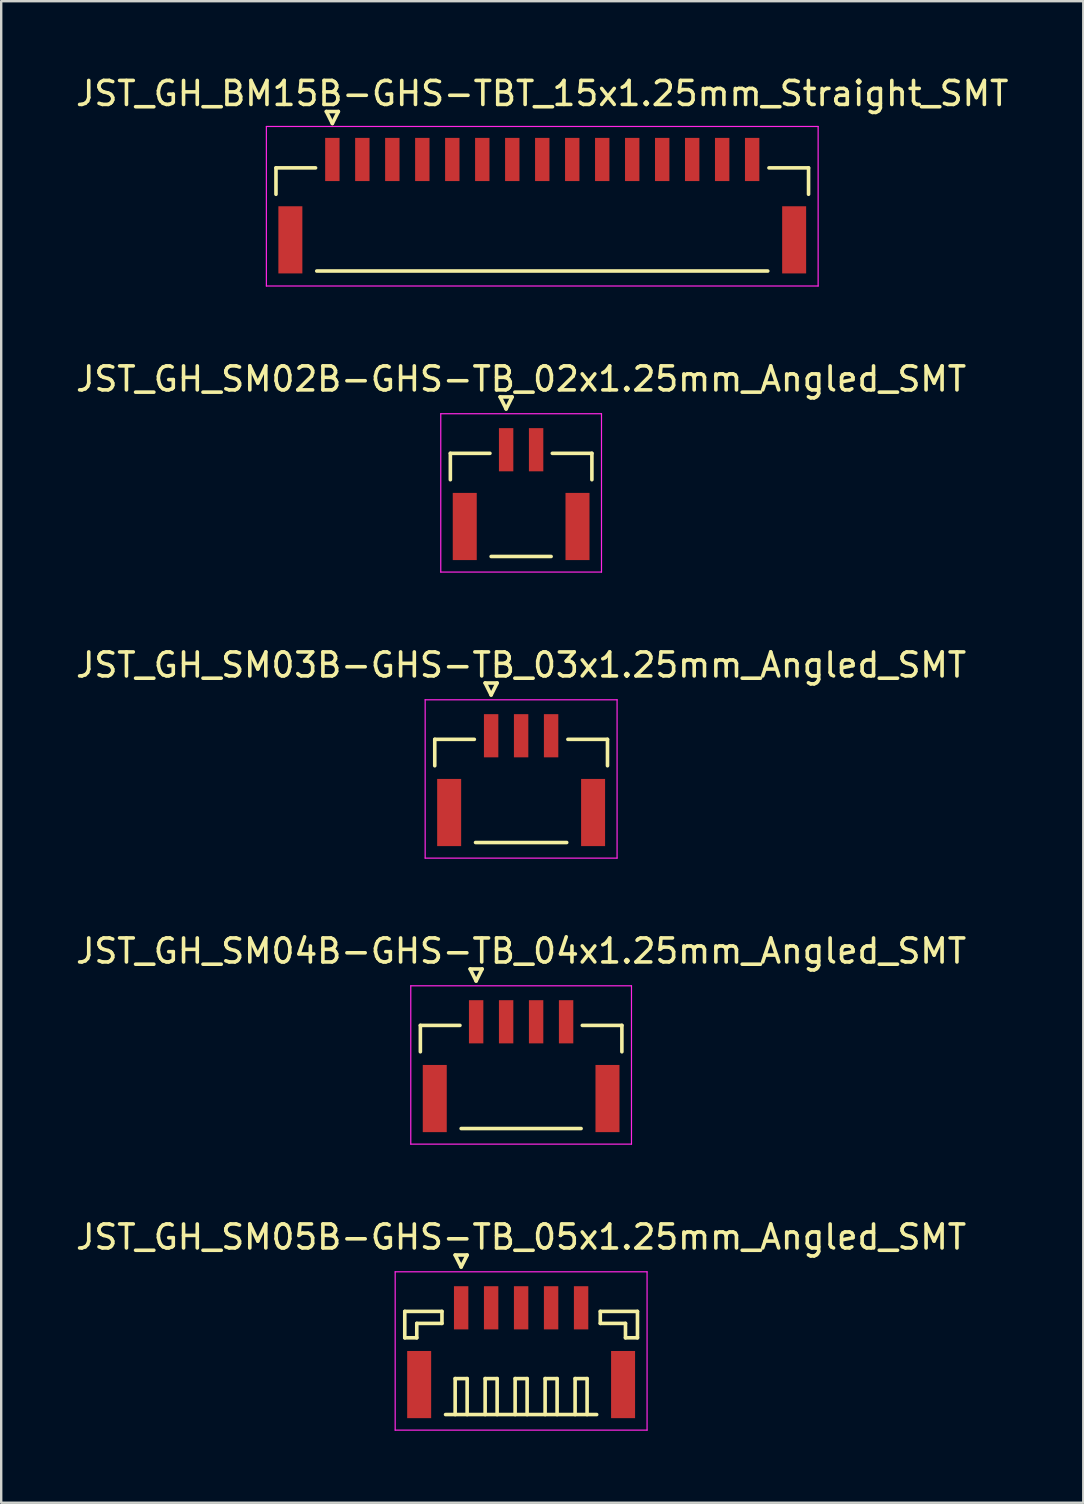
<source format=kicad_pcb>
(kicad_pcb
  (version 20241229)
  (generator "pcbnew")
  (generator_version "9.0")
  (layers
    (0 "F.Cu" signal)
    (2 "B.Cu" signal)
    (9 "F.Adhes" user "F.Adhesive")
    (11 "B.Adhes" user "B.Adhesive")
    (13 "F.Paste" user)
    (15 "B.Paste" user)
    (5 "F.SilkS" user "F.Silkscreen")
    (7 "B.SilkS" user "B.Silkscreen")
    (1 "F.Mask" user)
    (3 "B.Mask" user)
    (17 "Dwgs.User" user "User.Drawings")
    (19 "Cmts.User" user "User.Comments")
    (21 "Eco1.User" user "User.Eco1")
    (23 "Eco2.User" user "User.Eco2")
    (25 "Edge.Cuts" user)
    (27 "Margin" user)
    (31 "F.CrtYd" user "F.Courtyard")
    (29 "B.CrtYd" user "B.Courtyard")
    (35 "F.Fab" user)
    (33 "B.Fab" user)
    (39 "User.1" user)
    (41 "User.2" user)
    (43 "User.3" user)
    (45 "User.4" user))
  (footprint "JST_GH_SM05B-GHS-TB_05x1.25mm_Angled_SMT"
    (layer "F.Cu")
    (at 18.673 53.066)
    (property "Reference" "JST_GH_SM05B-GHS-TB_05x1.25mm_Angled_SMT" (at 0 -4.55 0) (layer "F.SilkS") (effects (font (size 1 1) (thickness 0.15))))
    (attr smd)
    (fp_line (start -4.85 -1.45) (end -3.3 -1.45) (stroke (width 0.15) (type solid)) (layer "F.SilkS"))
    (fp_line (start -4.85 -0.35) (end -4.85 -1.45) (stroke (width 0.15) (type solid)) (layer "F.SilkS"))
    (fp_line (start -4.35 -0.95) (end -4.35 -0.35) (stroke (width 0.15) (type solid)) (layer "F.SilkS"))
    (fp_line (start -4.35 -0.35) (end -4.85 -0.35) (stroke (width 0.15) (type solid)) (layer "F.SilkS"))
    (fp_line (start -3.3 -1.45) (end -3.3 -0.95) (stroke (width 0.15) (type solid)) (layer "F.SilkS"))
    (fp_line (start -3.3 -0.95) (end -4.35 -0.95) (stroke (width 0.15) (type solid)) (layer "F.SilkS"))
    (fp_line (start -3.15 2.85) (end 3.15 2.85) (stroke (width 0.15) (type solid)) (layer "F.SilkS"))
    (fp_line (start -2.75 -3.8) (end -2.25 -3.8) (stroke (width 0.15) (type solid)) (layer "F.SilkS"))
    (fp_line (start -2.75 1.35) (end -2.25 1.35) (stroke (width 0.15) (type solid)) (layer "F.SilkS"))
    (fp_line (start -2.75 2.85) (end -2.75 1.35) (stroke (width 0.15) (type solid)) (layer "F.SilkS"))
    (fp_line (start -2.5 -3.3) (end -2.75 -3.8) (stroke (width 0.15) (type solid)) (layer "F.SilkS"))
    (fp_line (start -2.25 -3.8) (end -2.5 -3.3) (stroke (width 0.15) (type solid)) (layer "F.SilkS"))
    (fp_line (start -2.25 1.35) (end -2.25 2.85) (stroke (width 0.15) (type solid)) (layer "F.SilkS"))
    (fp_line (start -1.5 1.35) (end -1 1.35) (stroke (width 0.15) (type solid)) (layer "F.SilkS"))
    (fp_line (start -1.5 2.85) (end -1.5 1.35) (stroke (width 0.15) (type solid)) (layer "F.SilkS"))
    (fp_line (start -1 1.35) (end -1 2.85) (stroke (width 0.15) (type solid)) (layer "F.SilkS"))
    (fp_line (start -0.25 1.35) (end 0.25 1.35) (stroke (width 0.15) (type solid)) (layer "F.SilkS"))
    (fp_line (start -0.25 2.85) (end -0.25 1.35) (stroke (width 0.15) (type solid)) (layer "F.SilkS"))
    (fp_line (start 0.25 1.35) (end 0.25 2.85) (stroke (width 0.15) (type solid)) (layer "F.SilkS"))
    (fp_line (start 1 1.35) (end 1.5 1.35) (stroke (width 0.15) (type solid)) (layer "F.SilkS"))
    (fp_line (start 1 2.85) (end 1 1.35) (stroke (width 0.15) (type solid)) (layer "F.SilkS"))
    (fp_line (start 1.5 1.35) (end 1.5 2.85) (stroke (width 0.15) (type solid)) (layer "F.SilkS"))
    (fp_line (start 2.25 1.35) (end 2.75 1.35) (stroke (width 0.15) (type solid)) (layer "F.SilkS"))
    (fp_line (start 2.25 2.85) (end 2.25 1.35) (stroke (width 0.15) (type solid)) (layer "F.SilkS"))
    (fp_line (start 2.75 1.35) (end 2.75 2.85) (stroke (width 0.15) (type solid)) (layer "F.SilkS"))
    (fp_line (start 3.3 -1.45) (end 3.3 -0.95) (stroke (width 0.15) (type solid)) (layer "F.SilkS"))
    (fp_line (start 3.3 -0.95) (end 4.35 -0.95) (stroke (width 0.15) (type solid)) (layer "F.SilkS"))
    (fp_line (start 4.35 -0.95) (end 4.35 -0.35) (stroke (width 0.15) (type solid)) (layer "F.SilkS"))
    (fp_line (start 4.35 -0.35) (end 4.85 -0.35) (stroke (width 0.15) (type solid)) (layer "F.SilkS"))
    (fp_line (start 4.85 -1.45) (end 3.3 -1.45) (stroke (width 0.15) (type solid)) (layer "F.SilkS"))
    (fp_line (start 4.85 -0.35) (end 4.85 -1.45) (stroke (width 0.15) (type solid)) (layer "F.SilkS"))
    (fp_line (start -5.25 -3.1) (end -5.25 3.5) (stroke (width 0.05) (type solid)) (layer "F.CrtYd"))
    (fp_line (start -5.25 3.5) (end 5.25 3.5) (stroke (width 0.05) (type solid)) (layer "F.CrtYd"))
    (fp_line (start 5.25 -3.1) (end -5.25 -3.1) (stroke (width 0.05) (type solid)) (layer "F.CrtYd"))
    (fp_line (start 5.25 3.5) (end 5.25 -3.1) (stroke (width 0.05) (type solid)) (layer "F.CrtYd"))
    (pad "" smd rect (at -4.25 1.6) (size 1 2.8) (layers "F.Cu" "F.Mask" "F.Paste"))
    (pad "" smd rect (at 4.25 1.6) (size 1 2.8) (layers "F.Cu" "F.Mask" "F.Paste"))
    (pad "1" smd rect (at -2.5 -1.6) (size 0.6 1.8) (layers "F.Cu" "F.Mask" "F.Paste"))
    (pad "2" smd rect (at -1.25 -1.6) (size 0.6 1.8) (layers "F.Cu" "F.Mask" "F.Paste"))
    (pad "3" smd rect (at 0 -1.6) (size 0.6 1.8) (layers "F.Cu" "F.Mask" "F.Paste"))
    (pad "4" smd rect (at 1.25 -1.6) (size 0.6 1.8) (layers "F.Cu" "F.Mask" "F.Paste"))
    (pad "5" smd rect (at 2.5 -1.6) (size 0.6 1.8) (layers "F.Cu" "F.Mask" "F.Paste")))
  (footprint "JST_GH_SM02B-GHS-TB_02x1.25mm_Angled_SMT"
    (layer "F.Cu")
    (at 18.673 17.297)
    (property "Reference" "JST_GH_SM02B-GHS-TB_02x1.25mm_Angled_SMT" (at 0 -4.55 0) (layer "F.SilkS") (effects (font (size 1 1) (thickness 0.15))))
    (attr smd)
    (fp_line (start -2.95 -1.45) (end -1.3 -1.45) (stroke (width 0.15) (type solid)) (layer "F.SilkS"))
    (fp_line (start -2.95 -0.35) (end -2.95 -1.45) (stroke (width 0.15) (type solid)) (layer "F.SilkS"))
    (fp_line (start -1.25 2.85) (end 1.25 2.85) (stroke (width 0.15) (type solid)) (layer "F.SilkS"))
    (fp_line (start -0.875 -3.8) (end -0.375 -3.8) (stroke (width 0.15) (type solid)) (layer "F.SilkS"))
    (fp_line (start -0.625 -3.3) (end -0.875 -3.8) (stroke (width 0.15) (type solid)) (layer "F.SilkS"))
    (fp_line (start -0.375 -3.8) (end -0.625 -3.3) (stroke (width 0.15) (type solid)) (layer "F.SilkS"))
    (fp_line (start 2.95 -1.45) (end 1.3 -1.45) (stroke (width 0.15) (type solid)) (layer "F.SilkS"))
    (fp_line (start 2.95 -0.35) (end 2.95 -1.45) (stroke (width 0.15) (type solid)) (layer "F.SilkS"))
    (fp_line (start -3.35 -3.1) (end -3.35 3.5) (stroke (width 0.05) (type solid)) (layer "F.CrtYd"))
    (fp_line (start -3.35 3.5) (end 3.35 3.5) (stroke (width 0.05) (type solid)) (layer "F.CrtYd"))
    (fp_line (start 3.35 -3.1) (end -3.35 -3.1) (stroke (width 0.05) (type solid)) (layer "F.CrtYd"))
    (fp_line (start 3.35 3.5) (end 3.35 -3.1) (stroke (width 0.05) (type solid)) (layer "F.CrtYd"))
    (pad "" smd rect (at -2.35 1.6) (size 1 2.8) (layers "F.Cu" "F.Mask" "F.Paste"))
    (pad "" smd rect (at 2.35 1.6) (size 1 2.8) (layers "F.Cu" "F.Mask" "F.Paste"))
    (pad "1" smd rect (at -0.625 -1.6) (size 0.6 1.8) (layers "F.Cu" "F.Mask" "F.Paste"))
    (pad "2" smd rect (at 0.625 -1.6) (size 0.6 1.8) (layers "F.Cu" "F.Mask" "F.Paste")))
  (footprint "JST_GH_SM03B-GHS-TB_03x1.25mm_Angled_SMT"
    (layer "F.Cu")
    (at 18.673 29.22)
    (property "Reference" "JST_GH_SM03B-GHS-TB_03x1.25mm_Angled_SMT" (at 0 -4.55 0) (layer "F.SilkS") (effects (font (size 1 1) (thickness 0.15))))
    (attr smd)
    (fp_line (start -3.6 -1.45) (end -1.95 -1.45) (stroke (width 0.15) (type solid)) (layer "F.SilkS"))
    (fp_line (start -3.6 -0.35) (end -3.6 -1.45) (stroke (width 0.15) (type solid)) (layer "F.SilkS"))
    (fp_line (start -1.9 2.85) (end 1.9 2.85) (stroke (width 0.15) (type solid)) (layer "F.SilkS"))
    (fp_line (start -1.5 -3.8) (end -1 -3.8) (stroke (width 0.15) (type solid)) (layer "F.SilkS"))
    (fp_line (start -1.25 -3.3) (end -1.5 -3.8) (stroke (width 0.15) (type solid)) (layer "F.SilkS"))
    (fp_line (start -1 -3.8) (end -1.25 -3.3) (stroke (width 0.15) (type solid)) (layer "F.SilkS"))
    (fp_line (start 3.6 -1.45) (end 1.95 -1.45) (stroke (width 0.15) (type solid)) (layer "F.SilkS"))
    (fp_line (start 3.6 -0.35) (end 3.6 -1.45) (stroke (width 0.15) (type solid)) (layer "F.SilkS"))
    (fp_line (start -4 -3.1) (end -4 3.5) (stroke (width 0.05) (type solid)) (layer "F.CrtYd"))
    (fp_line (start -4 3.5) (end 4 3.5) (stroke (width 0.05) (type solid)) (layer "F.CrtYd"))
    (fp_line (start 4 -3.1) (end -4 -3.1) (stroke (width 0.05) (type solid)) (layer "F.CrtYd"))
    (fp_line (start 4 3.5) (end 4 -3.1) (stroke (width 0.05) (type solid)) (layer "F.CrtYd"))
    (pad "" smd rect (at -3 1.6) (size 1 2.8) (layers "F.Cu" "F.Mask" "F.Paste"))
    (pad "" smd rect (at 3 1.6) (size 1 2.8) (layers "F.Cu" "F.Mask" "F.Paste"))
    (pad "1" smd rect (at -1.25 -1.6) (size 0.6 1.8) (layers "F.Cu" "F.Mask" "F.Paste"))
    (pad "2" smd rect (at 0 -1.6) (size 0.6 1.8) (layers "F.Cu" "F.Mask" "F.Paste"))
    (pad "3" smd rect (at 1.25 -1.6) (size 0.6 1.8) (layers "F.Cu" "F.Mask" "F.Paste")))
  (footprint "JST_GH_SM04B-GHS-TB_04x1.25mm_Angled_SMT"
    (layer "F.Cu")
    (at 18.673 41.143)
    (property "Reference" "JST_GH_SM04B-GHS-TB_04x1.25mm_Angled_SMT" (at 0 -4.55 0) (layer "F.SilkS") (effects (font (size 1 1) (thickness 0.15))))
    (attr smd)
    (fp_line (start -4.2 -1.45) (end -2.55 -1.45) (stroke (width 0.15) (type solid)) (layer "F.SilkS"))
    (fp_line (start -4.2 -0.35) (end -4.2 -1.45) (stroke (width 0.15) (type solid)) (layer "F.SilkS"))
    (fp_line (start -2.5 2.85) (end 2.5 2.85) (stroke (width 0.15) (type solid)) (layer "F.SilkS"))
    (fp_line (start -2.125 -3.8) (end -1.625 -3.8) (stroke (width 0.15) (type solid)) (layer "F.SilkS"))
    (fp_line (start -1.875 -3.3) (end -2.125 -3.8) (stroke (width 0.15) (type solid)) (layer "F.SilkS"))
    (fp_line (start -1.625 -3.8) (end -1.875 -3.3) (stroke (width 0.15) (type solid)) (layer "F.SilkS"))
    (fp_line (start 4.2 -1.45) (end 2.55 -1.45) (stroke (width 0.15) (type solid)) (layer "F.SilkS"))
    (fp_line (start 4.2 -0.35) (end 4.2 -1.45) (stroke (width 0.15) (type solid)) (layer "F.SilkS"))
    (fp_line (start -4.6 -3.1) (end -4.6 3.5) (stroke (width 0.05) (type solid)) (layer "F.CrtYd"))
    (fp_line (start -4.6 3.5) (end 4.6 3.5) (stroke (width 0.05) (type solid)) (layer "F.CrtYd"))
    (fp_line (start 4.6 -3.1) (end -4.6 -3.1) (stroke (width 0.05) (type solid)) (layer "F.CrtYd"))
    (fp_line (start 4.6 3.5) (end 4.6 -3.1) (stroke (width 0.05) (type solid)) (layer "F.CrtYd"))
    (pad "" smd rect (at -3.6 1.6) (size 1 2.8) (layers "F.Cu" "F.Mask" "F.Paste"))
    (pad "" smd rect (at 3.6 1.6) (size 1 2.8) (layers "F.Cu" "F.Mask" "F.Paste"))
    (pad "1" smd rect (at -1.875 -1.6) (size 0.6 1.8) (layers "F.Cu" "F.Mask" "F.Paste"))
    (pad "2" smd rect (at -0.625 -1.6) (size 0.6 1.8) (layers "F.Cu" "F.Mask" "F.Paste"))
    (pad "3" smd rect (at 0.625 -1.6) (size 0.6 1.8) (layers "F.Cu" "F.Mask" "F.Paste"))
    (pad "4" smd rect (at 1.875 -1.6) (size 0.6 1.8) (layers "F.Cu" "F.Mask" "F.Paste")))
  (footprint "JST_GH_BM15B-GHS-TBT_15x1.25mm_Straight_SMT"
    (layer "F.Cu")
    (at 19.554 5.273)
    (property "Reference" "JST_GH_BM15B-GHS-TBT_15x1.25mm_Straight_SMT" (at 0 -4.425 0) (layer "F.SilkS") (effects (font (size 1 1) (thickness 0.15))))
    (attr smd)
    (fp_line (start -11.1 -1.325) (end -9.45 -1.325) (stroke (width 0.15) (type solid)) (layer "F.SilkS"))
    (fp_line (start -11.1 -0.225) (end -11.1 -1.325) (stroke (width 0.15) (type solid)) (layer "F.SilkS"))
    (fp_line (start -9.4 2.975) (end 9.4 2.975) (stroke (width 0.15) (type solid)) (layer "F.SilkS"))
    (fp_line (start -9 -3.675) (end -8.5 -3.675) (stroke (width 0.15) (type solid)) (layer "F.SilkS"))
    (fp_line (start -8.75 -3.175) (end -9 -3.675) (stroke (width 0.15) (type solid)) (layer "F.SilkS"))
    (fp_line (start -8.5 -3.675) (end -8.75 -3.175) (stroke (width 0.15) (type solid)) (layer "F.SilkS"))
    (fp_line (start 11.1 -1.325) (end 9.45 -1.325) (stroke (width 0.15) (type solid)) (layer "F.SilkS"))
    (fp_line (start 11.1 -0.225) (end 11.1 -1.325) (stroke (width 0.15) (type solid)) (layer "F.SilkS"))
    (fp_line (start -11.5 -3.05) (end -11.5 3.6) (stroke (width 0.05) (type solid)) (layer "F.CrtYd"))
    (fp_line (start -11.5 3.6) (end 11.5 3.6) (stroke (width 0.05) (type solid)) (layer "F.CrtYd"))
    (fp_line (start 11.5 -3.05) (end -11.5 -3.05) (stroke (width 0.05) (type solid)) (layer "F.CrtYd"))
    (fp_line (start 11.5 3.6) (end 11.5 -3.05) (stroke (width 0.05) (type solid)) (layer "F.CrtYd"))
    (pad "" smd rect (at -10.5 1.675) (size 1 2.8) (layers "F.Cu" "F.Mask" "F.Paste"))
    (pad "" smd rect (at 10.5 1.675) (size 1 2.8) (layers "F.Cu" "F.Mask" "F.Paste"))
    (pad "1" smd rect (at -8.75 -1.675) (size 0.6 1.8) (layers "F.Cu" "F.Mask" "F.Paste"))
    (pad "2" smd rect (at -7.5 -1.675) (size 0.6 1.8) (layers "F.Cu" "F.Mask" "F.Paste"))
    (pad "3" smd rect (at -6.25 -1.675) (size 0.6 1.8) (layers "F.Cu" "F.Mask" "F.Paste"))
    (pad "4" smd rect (at -5 -1.675) (size 0.6 1.8) (layers "F.Cu" "F.Mask" "F.Paste"))
    (pad "5" smd rect (at -3.75 -1.675) (size 0.6 1.8) (layers "F.Cu" "F.Mask" "F.Paste"))
    (pad "6" smd rect (at -2.5 -1.675) (size 0.6 1.8) (layers "F.Cu" "F.Mask" "F.Paste"))
    (pad "7" smd rect (at -1.25 -1.675) (size 0.6 1.8) (layers "F.Cu" "F.Mask" "F.Paste"))
    (pad "8" smd rect (at 0 -1.675) (size 0.6 1.8) (layers "F.Cu" "F.Mask" "F.Paste"))
    (pad "9" smd rect (at 1.25 -1.675) (size 0.6 1.8) (layers "F.Cu" "F.Mask" "F.Paste"))
    (pad "10" smd rect (at 2.5 -1.675) (size 0.6 1.8) (layers "F.Cu" "F.Mask" "F.Paste"))
    (pad "11" smd rect (at 3.75 -1.675) (size 0.6 1.8) (layers "F.Cu" "F.Mask" "F.Paste"))
    (pad "12" smd rect (at 5 -1.675) (size 0.6 1.8) (layers "F.Cu" "F.Mask" "F.Paste"))
    (pad "13" smd rect (at 6.25 -1.675) (size 0.6 1.8) (layers "F.Cu" "F.Mask" "F.Paste"))
    (pad "14" smd rect (at 7.5 -1.675) (size 0.6 1.8) (layers "F.Cu" "F.Mask" "F.Paste"))
    (pad "15" smd rect (at 8.75 -1.675) (size 0.6 1.8) (layers "F.Cu" "F.Mask" "F.Paste")))
  (gr_rect
    (start -3 -3)
    (end 42.107 59.591)
    (stroke (width 0.1) (type default))
    (fill no)
    (layer "Edge.Cuts")))
</source>
